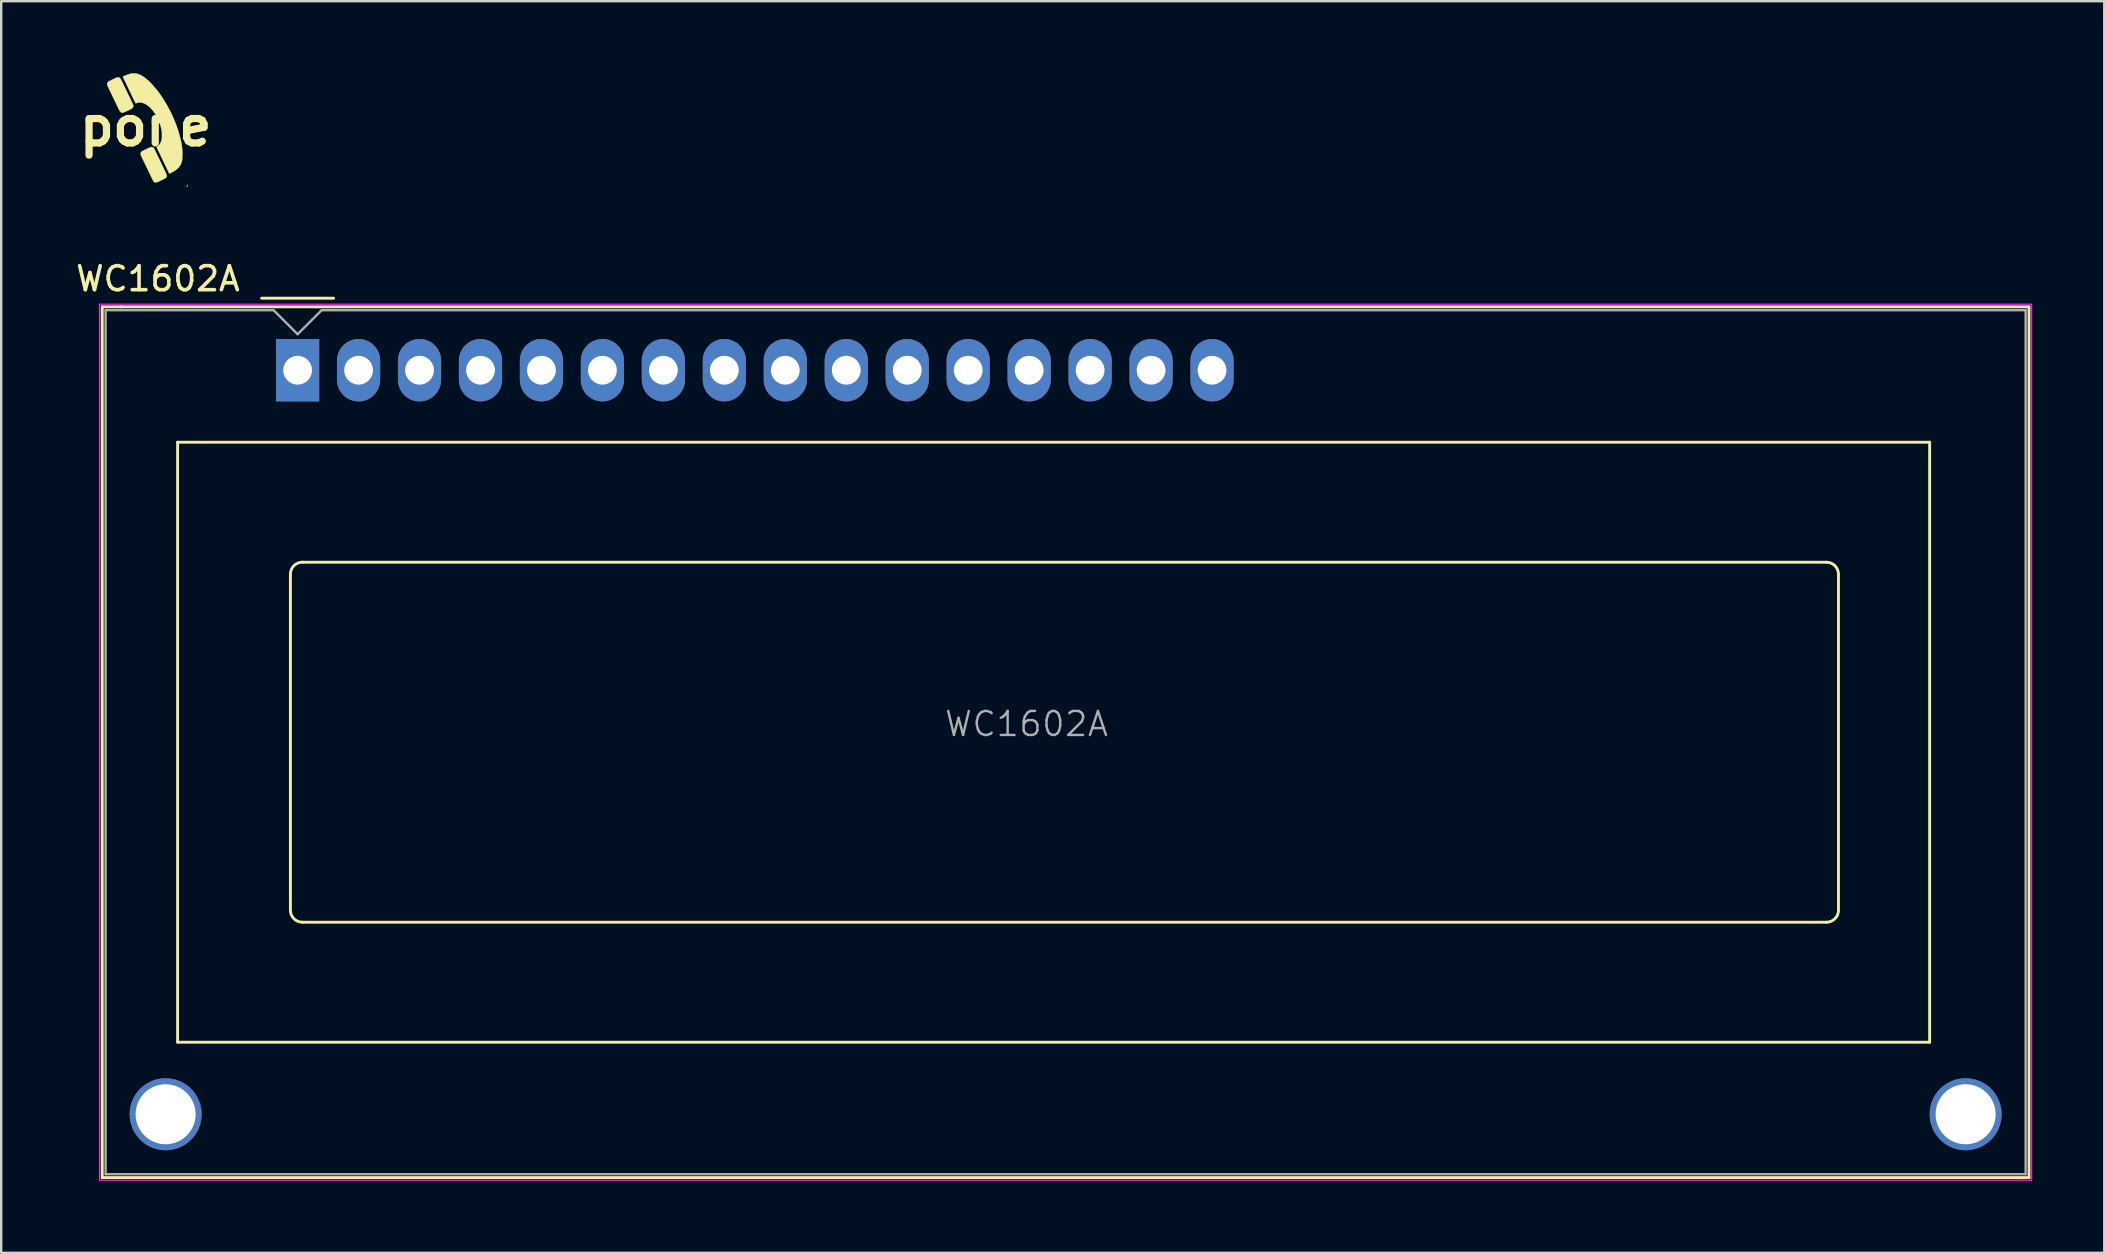
<source format=kicad_pcb>
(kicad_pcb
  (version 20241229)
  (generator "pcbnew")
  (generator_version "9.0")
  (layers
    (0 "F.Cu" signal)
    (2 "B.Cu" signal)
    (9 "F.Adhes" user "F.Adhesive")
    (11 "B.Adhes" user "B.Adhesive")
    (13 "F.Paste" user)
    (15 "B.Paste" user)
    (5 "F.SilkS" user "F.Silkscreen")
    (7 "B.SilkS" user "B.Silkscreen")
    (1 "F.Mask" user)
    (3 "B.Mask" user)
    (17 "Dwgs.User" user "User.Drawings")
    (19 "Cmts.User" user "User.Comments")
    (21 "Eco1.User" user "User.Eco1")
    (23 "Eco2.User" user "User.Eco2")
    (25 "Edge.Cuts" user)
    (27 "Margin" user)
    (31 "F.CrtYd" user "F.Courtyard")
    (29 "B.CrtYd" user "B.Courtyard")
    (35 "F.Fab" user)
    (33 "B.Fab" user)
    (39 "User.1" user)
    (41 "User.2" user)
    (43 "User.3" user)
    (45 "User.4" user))
  (footprint "pone"
    (layer "F.Cu")
    (at 3.019 2.216)
    (property "Reference" "pone" (at 0 0 0) (layer "F.SilkS") (effects (font (size 1.524 1.524) (thickness 0.3))))
    (attr through_hole)
    (fp_poly (pts (xy 1.75 2.455) (xy 1.752 2.496) (xy 1.71 2.495) (xy 1.669 2.493) (xy 1.705 2.49) (xy 1.728 2.487) (xy 1.74 2.48) (xy 1.744 2.463) (xy 1.745 2.45) (xy 1.749 2.413) (xy 1.75 2.455)) (stroke (width 0.01) (type solid)) (fill yes) (layer "F.SilkS"))
    (fp_poly (pts (xy -1.155 -2.044) (xy -1.14 -2.042) (xy -1.123 -2.039) (xy -1.109 -2.037) (xy -1.096 -2.033) (xy -1.084 -2.027) (xy -1.072 -2.017) (xy -1.059 -2.002) (xy -1.044 -1.981) (xy -1.028 -1.953) (xy -1.008 -1.915) (xy -0.984 -1.868) (xy -0.956 -1.81) (xy -0.922 -1.74) (xy -0.881 -1.655) (xy -0.848 -1.585) (xy -0.826 -1.541) (xy -0.8 -1.487) (xy -0.773 -1.431) (xy -0.749 -1.379) (xy -0.724 -1.328) (xy -0.697 -1.272) (xy -0.671 -1.218) (xy -0.65 -1.174) (xy -0.627 -1.125) (xy -0.602 -1.072) (xy -0.578 -1.022) (xy -0.567 -0.998) (xy -0.548 -0.959) (xy -0.532 -0.92) (xy -0.52 -0.888) (xy -0.516 -0.874) (xy -0.51 -0.85) (xy -0.51 -0.832) (xy -0.518 -0.814) (xy -0.53 -0.792) (xy -0.539 -0.779) (xy -0.549 -0.767) (xy -0.561 -0.755) (xy -0.578 -0.743) (xy -0.6 -0.73) (xy -0.631 -0.713) (xy -0.672 -0.692) (xy -0.725 -0.666) (xy -0.792 -0.634) (xy -0.793 -0.634) (xy -0.856 -0.605) (xy -0.907 -0.584) (xy -0.947 -0.573) (xy -0.98 -0.569) (xy -1.007 -0.574) (xy -1.031 -0.585) (xy -1.043 -0.595) (xy -1.066 -0.62) (xy -1.09 -0.656) (xy -1.106 -0.685) (xy -1.122 -0.718) (xy -1.142 -0.761) (xy -1.165 -0.809) (xy -1.189 -0.857) (xy -1.192 -0.863) (xy -1.251 -0.987) (xy -1.304 -1.096) (xy -1.349 -1.19) (xy -1.387 -1.269) (xy -1.41 -1.318) (xy -1.43 -1.359) (xy -1.454 -1.411) (xy -1.482 -1.468) (xy -1.51 -1.526) (xy -1.528 -1.563) (xy -1.551 -1.612) (xy -1.572 -1.656) (xy -1.589 -1.694) (xy -1.601 -1.722) (xy -1.606 -1.737) (xy -1.607 -1.777) (xy -1.593 -1.817) (xy -1.564 -1.854) (xy -1.522 -1.885) (xy -1.489 -1.901) (xy -1.458 -1.915) (xy -1.43 -1.929) (xy -1.418 -1.937) (xy -1.4 -1.948) (xy -1.389 -1.953) (xy -1.388 -1.953) (xy -1.379 -1.957) (xy -1.357 -1.967) (xy -1.325 -1.981) (xy -1.287 -1.999) (xy -1.284 -2.001) (xy -1.242 -2.021) (xy -1.212 -2.034) (xy -1.19 -2.042) (xy -1.173 -2.044) (xy -1.155 -2.044)) (stroke (width 0.01) (type solid)) (fill yes) (layer "F.SilkS"))
    (fp_poly (pts (xy 0.285 0.868) (xy 0.302 0.876) (xy 0.319 0.885) (xy 0.333 0.896) (xy 0.346 0.911) (xy 0.36 0.934) (xy 0.377 0.968) (xy 0.387 0.988) (xy 0.432 1.083) (xy 0.477 1.176) (xy 0.52 1.266) (xy 0.561 1.351) (xy 0.598 1.429) (xy 0.63 1.497) (xy 0.657 1.554) (xy 0.676 1.594) (xy 0.693 1.63) (xy 0.709 1.661) (xy 0.72 1.684) (xy 0.724 1.69) (xy 0.736 1.714) (xy 0.75 1.741) (xy 0.75 1.743) (xy 0.759 1.763) (xy 0.774 1.794) (xy 0.792 1.832) (xy 0.812 1.875) (xy 0.814 1.879) (xy 0.841 1.935) (xy 0.86 1.979) (xy 0.873 2.012) (xy 0.88 2.038) (xy 0.883 2.059) (xy 0.881 2.077) (xy 0.881 2.08) (xy 0.875 2.101) (xy 0.865 2.121) (xy 0.848 2.139) (xy 0.823 2.158) (xy 0.788 2.179) (xy 0.739 2.204) (xy 0.697 2.226) (xy 0.651 2.248) (xy 0.61 2.267) (xy 0.578 2.282) (xy 0.556 2.292) (xy 0.548 2.295) (xy 0.537 2.299) (xy 0.519 2.311) (xy 0.518 2.311) (xy 0.494 2.322) (xy 0.46 2.33) (xy 0.423 2.335) (xy 0.389 2.334) (xy 0.379 2.333) (xy 0.368 2.329) (xy 0.357 2.321) (xy 0.344 2.308) (xy 0.33 2.289) (xy 0.313 2.262) (xy 0.293 2.227) (xy 0.269 2.181) (xy 0.241 2.124) (xy 0.207 2.054) (xy 0.167 1.97) (xy 0.138 1.909) (xy 0.119 1.87) (xy 0.096 1.82) (xy 0.07 1.767) (xy 0.045 1.714) (xy 0.039 1.704) (xy 0.013 1.648) (xy -0.017 1.586) (xy -0.047 1.524) (xy -0.072 1.471) (xy -0.074 1.467) (xy -0.099 1.416) (xy -0.125 1.361) (xy -0.15 1.309) (xy -0.171 1.266) (xy -0.171 1.266) (xy -0.195 1.213) (xy -0.208 1.172) (xy -0.213 1.138) (xy -0.208 1.108) (xy -0.195 1.078) (xy -0.193 1.075) (xy -0.181 1.058) (xy -0.166 1.044) (xy -0.143 1.029) (xy -0.111 1.012) (xy -0.08 0.997) (xy -0.042 0.979) (xy -0.008 0.964) (xy 0.017 0.951) (xy 0.028 0.946) (xy 0.053 0.932) (xy 0.074 0.922) (xy 0.097 0.91) (xy 0.13 0.895) (xy 0.133 0.894) (xy 0.183 0.874) (xy 0.222 0.863) (xy 0.254 0.861) (xy 0.285 0.868)) (stroke (width 0.01) (type solid)) (fill yes) (layer "F.SilkS"))
    (fp_poly (pts (xy -0.399 -2.203) (xy -0.322 -2.185) (xy -0.247 -2.158) (xy -0.211 -2.142) (xy -0.182 -2.126) (xy -0.145 -2.104) (xy -0.105 -2.078) (xy -0.065 -2.051) (xy -0.029 -2.025) (xy 0.001 -2.003) (xy 0.019 -1.987) (xy 0.022 -1.984) (xy 0.034 -1.973) (xy 0.054 -1.957) (xy 0.061 -1.952) (xy 0.097 -1.923) (xy 0.141 -1.882) (xy 0.191 -1.832) (xy 0.246 -1.774) (xy 0.304 -1.711) (xy 0.363 -1.644) (xy 0.42 -1.577) (xy 0.474 -1.511) (xy 0.523 -1.449) (xy 0.561 -1.398) (xy 0.586 -1.362) (xy 0.612 -1.326) (xy 0.634 -1.295) (xy 0.639 -1.288) (xy 0.656 -1.264) (xy 0.677 -1.233) (xy 0.7 -1.197) (xy 0.725 -1.159) (xy 0.748 -1.122) (xy 0.767 -1.091) (xy 0.781 -1.068) (xy 0.787 -1.056) (xy 0.794 -1.044) (xy 0.808 -1.024) (xy 0.816 -1.013) (xy 0.831 -0.991) (xy 0.84 -0.975) (xy 0.841 -0.97) (xy 0.845 -0.958) (xy 0.857 -0.939) (xy 0.857 -0.939) (xy 0.874 -0.912) (xy 0.897 -0.872) (xy 0.925 -0.822) (xy 0.956 -0.763) (xy 0.99 -0.698) (xy 0.997 -0.683) (xy 1.018 -0.642) (xy 1.037 -0.605) (xy 1.053 -0.575) (xy 1.062 -0.557) (xy 1.063 -0.556) (xy 1.076 -0.529) (xy 1.094 -0.49) (xy 1.117 -0.441) (xy 1.141 -0.386) (xy 1.166 -0.329) (xy 1.19 -0.272) (xy 1.211 -0.22) (xy 1.229 -0.175) (xy 1.231 -0.171) (xy 1.244 -0.137) (xy 1.257 -0.105) (xy 1.266 -0.084) (xy 1.266 -0.083) (xy 1.274 -0.064) (xy 1.286 -0.031) (xy 1.301 0.011) (xy 1.317 0.061) (xy 1.335 0.113) (xy 1.352 0.166) (xy 1.368 0.216) (xy 1.381 0.258) (xy 1.391 0.291) (xy 1.393 0.298) (xy 1.421 0.406) (xy 1.445 0.503) (xy 1.466 0.587) (xy 1.482 0.659) (xy 1.494 0.716) (xy 1.5 0.757) (xy 1.501 0.766) (xy 1.504 0.792) (xy 1.509 0.828) (xy 1.514 0.867) (xy 1.514 0.871) (xy 1.522 0.926) (xy 1.527 0.97) (xy 1.53 1.011) (xy 1.532 1.053) (xy 1.533 1.102) (xy 1.533 1.162) (xy 1.533 1.165) (xy 1.532 1.26) (xy 1.527 1.341) (xy 1.518 1.411) (xy 1.504 1.473) (xy 1.486 1.53) (xy 1.462 1.586) (xy 1.455 1.601) (xy 1.41 1.672) (xy 1.349 1.741) (xy 1.274 1.807) (xy 1.186 1.867) (xy 1.087 1.922) (xy 1.023 1.952) (xy 0.982 1.97) (xy 0.973 1.946) (xy 0.961 1.92) (xy 0.951 1.901) (xy 0.941 1.882) (xy 0.927 1.853) (xy 0.912 1.82) (xy 0.911 1.819) (xy 0.898 1.79) (xy 0.879 1.75) (xy 0.856 1.703) (xy 0.832 1.652) (xy 0.818 1.622) (xy 0.756 1.495) (xy 0.7 1.378) (xy 0.648 1.268) (xy 0.596 1.16) (xy 0.592 1.152) (xy 0.568 1.102) (xy 0.544 1.051) (xy 0.521 1.005) (xy 0.504 0.967) (xy 0.5 0.959) (xy 0.479 0.916) (xy 0.466 0.886) (xy 0.46 0.867) (xy 0.46 0.855) (xy 0.465 0.848) (xy 0.471 0.846) (xy 0.49 0.835) (xy 0.516 0.813) (xy 0.544 0.784) (xy 0.572 0.753) (xy 0.597 0.721) (xy 0.611 0.699) (xy 0.64 0.634) (xy 0.663 0.559) (xy 0.671 0.517) (xy 0.675 0.483) (xy 0.677 0.437) (xy 0.677 0.383) (xy 0.677 0.326) (xy 0.675 0.271) (xy 0.671 0.223) (xy 0.667 0.187) (xy 0.666 0.182) (xy 0.653 0.117) (xy 0.642 0.063) (xy 0.63 0.015) (xy 0.616 -0.031) (xy 0.601 -0.081) (xy 0.58 -0.14) (xy 0.565 -0.184) (xy 0.547 -0.228) (xy 0.523 -0.282) (xy 0.496 -0.339) (xy 0.468 -0.394) (xy 0.447 -0.434) (xy 0.432 -0.459) (xy 0.42 -0.481) (xy 0.417 -0.486) (xy 0.407 -0.502) (xy 0.391 -0.527) (xy 0.372 -0.555) (xy 0.352 -0.584) (xy 0.335 -0.61) (xy 0.324 -0.627) (xy 0.303 -0.655) (xy 0.273 -0.69) (xy 0.238 -0.729) (xy 0.2 -0.768) (xy 0.165 -0.802) (xy 0.149 -0.816) (xy 0.06 -0.886) (xy -0.028 -0.938) (xy -0.114 -0.974) (xy -0.197 -0.993) (xy -0.278 -0.995) (xy -0.357 -0.979) (xy -0.377 -0.972) (xy -0.418 -0.957) (xy -0.445 -1.011) (xy -0.461 -1.044) (xy -0.476 -1.075) (xy -0.485 -1.095) (xy -0.498 -1.122) (xy -0.51 -1.146) (xy -0.511 -1.147) (xy -0.521 -1.167) (xy -0.535 -1.196) (xy -0.546 -1.217) (xy -0.557 -1.242) (xy -0.574 -1.278) (xy -0.595 -1.322) (xy -0.618 -1.371) (xy -0.635 -1.406) (xy -0.66 -1.458) (xy -0.686 -1.511) (xy -0.709 -1.561) (xy -0.729 -1.602) (xy -0.738 -1.62) (xy -0.754 -1.654) (xy -0.775 -1.699) (xy -0.8 -1.751) (xy -0.826 -1.804) (xy -0.841 -1.835) (xy -0.874 -1.903) (xy -0.9 -1.957) (xy -0.92 -1.999) (xy -0.934 -2.029) (xy -0.944 -2.05) (xy -0.95 -2.063) (xy -0.952 -2.07) (xy -0.952 -2.072) (xy -0.934 -2.082) (xy -0.904 -2.096) (xy -0.868 -2.112) (xy -0.828 -2.129) (xy -0.789 -2.145) (xy -0.754 -2.158) (xy -0.727 -2.168) (xy -0.712 -2.172) (xy -0.711 -2.172) (xy -0.698 -2.175) (xy -0.674 -2.182) (xy -0.648 -2.19) (xy -0.62 -2.199) (xy -0.599 -2.204) (xy -0.589 -2.204) (xy -0.577 -2.203) (xy -0.554 -2.205) (xy -0.539 -2.207) (xy -0.473 -2.211) (xy -0.399 -2.203)) (stroke (width 0.01) (type solid)) (fill yes) (layer "F.SilkS")))
  (footprint "WC1602A"
    (layer "F.Cu")
    (at 9.35 12.375)
    (property "Reference" "WC1602A" (at -5.82 -3.81 0) (layer "F.SilkS") (effects (font (size 1 1) (thickness 0.15))))
    (attr through_hole)
    (fp_line (start -8.14 -2.64) (end -8.14 33.64) (stroke (width 0.12) (type solid)) (layer "F.SilkS"))
    (fp_line (start -8.14 33.64) (end 72.14 33.64) (stroke (width 0.12) (type solid)) (layer "F.SilkS"))
    (fp_line (start -8.13 -2.64) (end -7.34 -2.64) (stroke (width 0.12) (type solid)) (layer "F.SilkS"))
    (fp_line (start -5 3) (end 68 3) (stroke (width 0.12) (type solid)) (layer "F.SilkS"))
    (fp_line (start -5 28) (end -5 3) (stroke (width 0.12) (type solid)) (layer "F.SilkS"))
    (fp_line (start -1.5 -3) (end 1.5 -3) (stroke (width 0.12) (type solid)) (layer "F.SilkS"))
    (fp_line (start -0.3 22.499) (end -0.3 8.5) (stroke (width 0.12) (type solid)) (layer "F.SilkS"))
    (fp_line (start 0.2 8) (end 63.7 8) (stroke (width 0.12) (type solid)) (layer "F.SilkS"))
    (fp_line (start 63.701 23) (end 0.2 23) (stroke (width 0.12) (type solid)) (layer "F.SilkS"))
    (fp_line (start 64.2 8.5) (end 64.2 22.5) (stroke (width 0.12) (type solid)) (layer "F.SilkS"))
    (fp_line (start 68 3) (end 68 28) (stroke (width 0.12) (type solid)) (layer "F.SilkS"))
    (fp_line (start 68 28) (end -5 28) (stroke (width 0.12) (type solid)) (layer "F.SilkS"))
    (fp_line (start 72.14 -2.64) (end -7.34 -2.64) (stroke (width 0.12) (type solid)) (layer "F.SilkS"))
    (fp_line (start 72.14 33.64) (end 72.14 -2.64) (stroke (width 0.12) (type solid)) (layer "F.SilkS"))
    (fp_arc (start -0.29972 8.49884) (mid -0.153162 8.145018) (end 0.20066 7.99846) (stroke (width 0.12) (type solid)) (layer "F.SilkS"))
    (fp_arc (start 0.20066 22.9997) (mid -0.153162 22.853142) (end -0.29972 22.49932) (stroke (width 0.12) (type solid)) (layer "F.SilkS"))
    (fp_arc (start 63.7 8) (mid 64.053553 8.146447) (end 64.2 8.5) (stroke (width 0.12) (type solid)) (layer "F.SilkS"))
    (fp_arc (start 64.20104 22.49932) (mid 64.054482 22.853142) (end 63.70066 22.9997) (stroke (width 0.12) (type solid)) (layer "F.SilkS"))
    (fp_line (start -8.25 -2.75) (end -8.25 33.75) (stroke (width 0.05) (type solid)) (layer "F.CrtYd"))
    (fp_line (start -8.25 -2.75) (end 72.25 -2.75) (stroke (width 0.05) (type solid)) (layer "F.CrtYd"))
    (fp_line (start -8.25 33.75) (end 72.25 33.75) (stroke (width 0.05) (type solid)) (layer "F.CrtYd"))
    (fp_line (start 72.25 -2.75) (end 72.25 33.75) (stroke (width 0.05) (type solid)) (layer "F.CrtYd"))
    (fp_line (start -8 33.5) (end -8 -2.5) (stroke (width 0.1) (type solid)) (layer "F.Fab"))
    (fp_line (start -1 -2.5) (end -8 -2.5) (stroke (width 0.1) (type solid)) (layer "F.Fab"))
    (fp_line (start 0 -1.5) (end -1 -2.5) (stroke (width 0.1) (type solid)) (layer "F.Fab"))
    (fp_line (start 1 -2.5) (end 0 -1.5) (stroke (width 0.1) (type solid)) (layer "F.Fab"))
    (fp_line (start 1 -2.5) (end 72 -2.5) (stroke (width 0.1) (type solid)) (layer "F.Fab"))
    (fp_line (start 72 -2.5) (end 72 33.5) (stroke (width 0.1) (type solid)) (layer "F.Fab"))
    (fp_line (start 72 33.5) (end -8 33.5) (stroke (width 0.1) (type solid)) (layer "F.Fab"))
    (fp_text user "${REFERENCE}" (at 30.37 14.74 0) (layer "F.Fab") (effects (font (size 1 1) (thickness 0.1))))
    (pad "" thru_hole circle (at -5.499 31.001) (size 3 3) (drill 2.5) (layers "*.Cu" "*.Mask"))
    (pad "" thru_hole circle (at 69.499 31.001) (size 3 3) (drill 2.5) (layers "*.Cu" "*.Mask"))
    (pad "1" thru_hole rect (at 0 0) (size 1.8 2.6) (drill 1.2) (layers "*.Cu" "*.Mask"))
    (pad "2" thru_hole oval (at 2.54 0) (size 1.8 2.6) (drill 1.2) (layers "*.Cu" "*.Mask"))
    (pad "3" thru_hole oval (at 5.08 0) (size 1.8 2.6) (drill 1.2) (layers "*.Cu" "*.Mask"))
    (pad "4" thru_hole oval (at 7.62 0) (size 1.8 2.6) (drill 1.2) (layers "*.Cu" "*.Mask"))
    (pad "5" thru_hole oval (at 10.16 0) (size 1.8 2.6) (drill 1.2) (layers "*.Cu" "*.Mask"))
    (pad "6" thru_hole oval (at 12.7 0) (size 1.8 2.6) (drill 1.2) (layers "*.Cu" "*.Mask"))
    (pad "7" thru_hole oval (at 15.24 0) (size 1.8 2.6) (drill 1.2) (layers "*.Cu" "*.Mask"))
    (pad "8" thru_hole oval (at 17.78 0) (size 1.8 2.6) (drill 1.2) (layers "*.Cu" "*.Mask"))
    (pad "9" thru_hole oval (at 20.32 0) (size 1.8 2.6) (drill 1.2) (layers "*.Cu" "*.Mask"))
    (pad "10" thru_hole oval (at 22.86 0) (size 1.8 2.6) (drill 1.2) (layers "*.Cu" "*.Mask"))
    (pad "11" thru_hole oval (at 25.4 0) (size 1.8 2.6) (drill 1.2) (layers "*.Cu" "*.Mask"))
    (pad "12" thru_hole oval (at 27.94 0) (size 1.8 2.6) (drill 1.2) (layers "*.Cu" "*.Mask"))
    (pad "13" thru_hole oval (at 30.48 0) (size 1.8 2.6) (drill 1.2) (layers "*.Cu" "*.Mask"))
    (pad "14" thru_hole oval (at 33.02 0) (size 1.8 2.6) (drill 1.2) (layers "*.Cu" "*.Mask"))
    (pad "15" thru_hole oval (at 35.56 0) (size 1.8 2.6) (drill 1.2) (layers "*.Cu" "*.Mask"))
    (pad "16" thru_hole oval (at 38.1 0) (size 1.8 2.6) (drill 1.2) (layers "*.Cu" "*.Mask")))
  (gr_rect
    (start -3 -3)
    (end 84.625 49.15)
    (stroke (width 0.1) (type default))
    (fill no)
    (layer "Edge.Cuts")))
</source>
